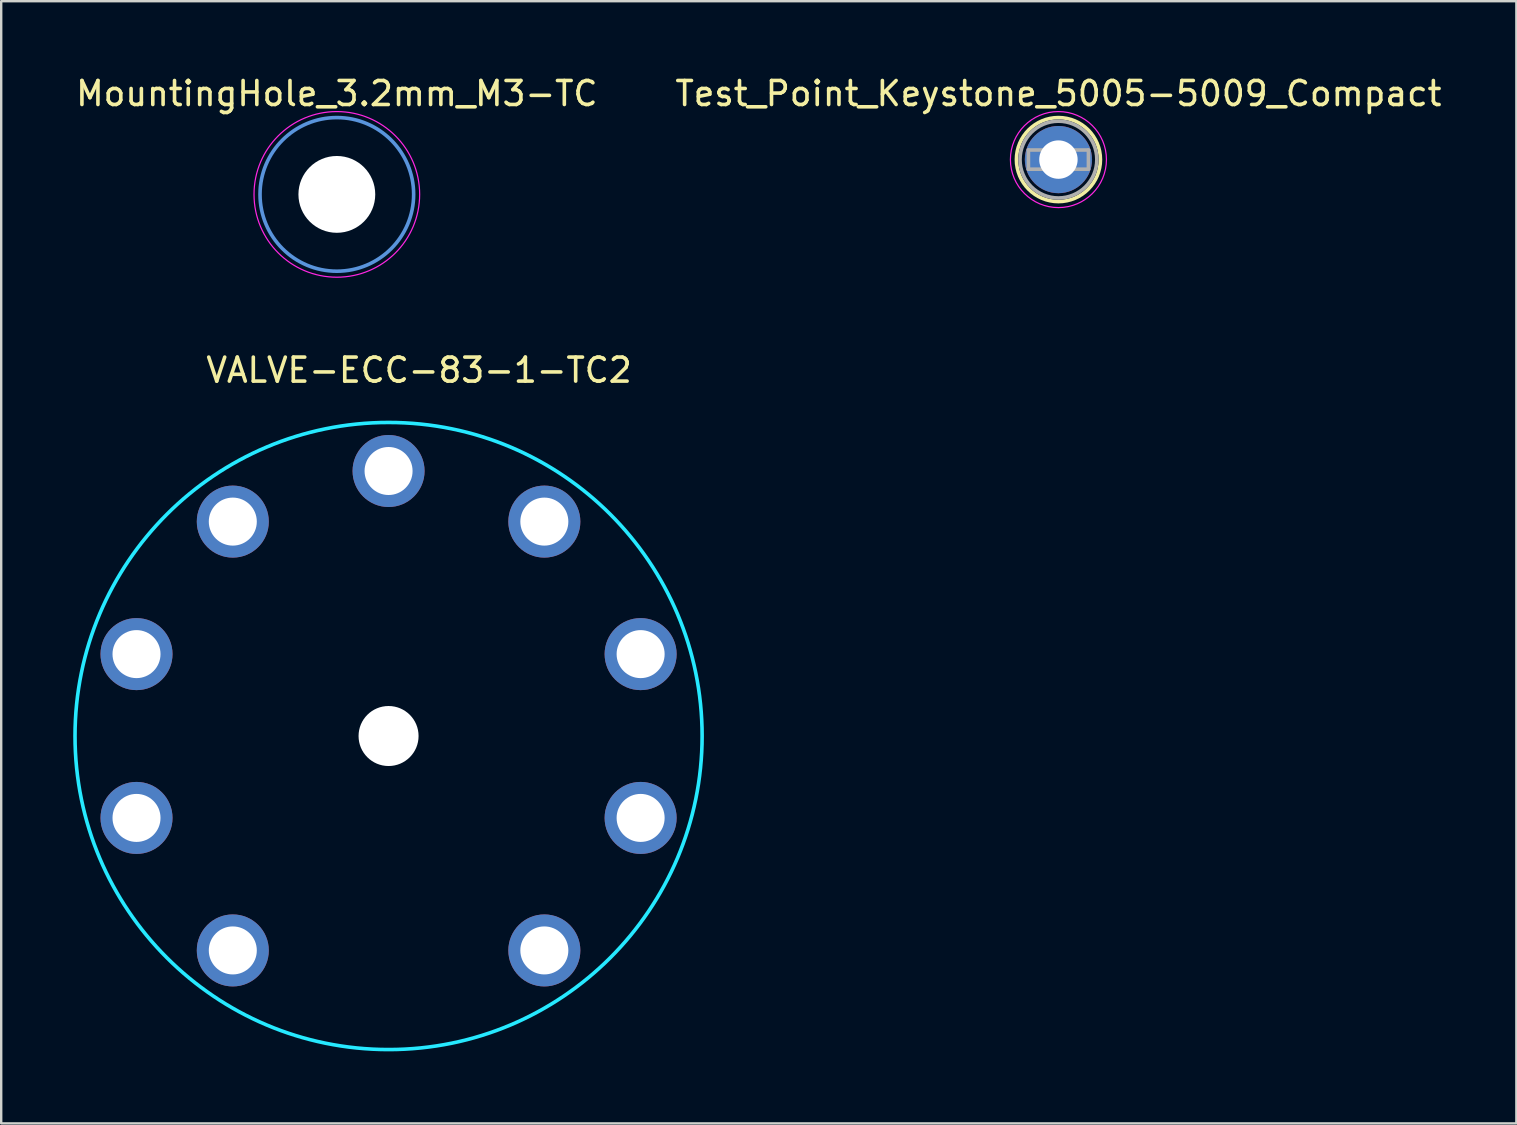
<source format=kicad_pcb>
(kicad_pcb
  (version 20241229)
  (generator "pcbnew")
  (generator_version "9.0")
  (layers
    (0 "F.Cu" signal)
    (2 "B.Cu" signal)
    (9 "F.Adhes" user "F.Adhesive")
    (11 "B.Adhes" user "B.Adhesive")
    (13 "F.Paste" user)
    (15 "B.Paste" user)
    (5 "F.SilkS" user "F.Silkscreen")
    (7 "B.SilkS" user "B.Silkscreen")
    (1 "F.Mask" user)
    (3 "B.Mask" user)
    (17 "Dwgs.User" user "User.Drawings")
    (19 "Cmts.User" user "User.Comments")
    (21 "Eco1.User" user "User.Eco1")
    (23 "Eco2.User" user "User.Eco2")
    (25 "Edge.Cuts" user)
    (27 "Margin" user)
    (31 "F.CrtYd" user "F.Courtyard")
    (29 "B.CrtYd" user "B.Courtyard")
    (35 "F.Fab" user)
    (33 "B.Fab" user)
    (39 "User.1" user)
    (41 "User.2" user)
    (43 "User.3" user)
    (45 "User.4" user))
  (footprint "VALVE-ECC-83-1-TC2"
    (layer "F.Cu")
    (at 13.137 27.611)
    (property "Reference" "VALVE-ECC-83-1-TC2" (at 1.27 -15.24 0) (layer "F.SilkS") (effects (font (size 1 1) (thickness 0.15))))
    (attr through_hole)
    (fp_circle (center 0 0) (end 13 1.27) (stroke (width 0.15) (type solid)) (fill no) (layer "B.CrtYd"))
    (pad "" np_thru_hole circle (at 0 0 90) (size 2.5 2.5) (drill 2.5) (layers "*.Cu" "*.Mask"))
    (pad "1" thru_hole circle (at 6.489 8.932) (size 3 3) (drill 2) (layers "*.Cu" "*.Mask"))
    (pad "2" thru_hole circle (at 10.5 3.412) (size 3 3) (drill 2) (layers "*.Cu" "*.Mask"))
    (pad "3" thru_hole circle (at 10.5 -3.412) (size 3 3) (drill 2) (layers "*.Cu" "*.Mask"))
    (pad "4" thru_hole circle (at 6.489 -8.932) (size 3 3) (drill 2) (layers "*.Cu" "*.Mask"))
    (pad "5" thru_hole circle (at 0 -11.04) (size 3 3) (drill 2) (layers "*.Cu" "*.Mask"))
    (pad "6" thru_hole circle (at -6.489 -8.932) (size 3 3) (drill 2) (layers "*.Cu" "*.Mask"))
    (pad "7" thru_hole circle (at -10.5 -3.412) (size 3 3) (drill 2) (layers "*.Cu" "*.Mask"))
    (pad "8" thru_hole circle (at -10.5 3.412) (size 3 3) (drill 2) (layers "*.Cu" "*.Mask"))
    (pad "9" thru_hole circle (at -6.489 8.932) (size 3 3) (drill 2) (layers "*.Cu" "*.Mask")))
  (footprint "MountingHole_3.2mm_M3-TC"
    (layer "F.Cu")
    (at 10.982 5.048)
    (property "Reference" "MountingHole_3.2mm_M3-TC" (at 0 -4.2 0) (layer "F.SilkS") (effects (font (size 1 1) (thickness 0.15))))
    (attr through_hole)
    (fp_circle (center 0 0) (end 3.2 0) (stroke (width 0.15) (type solid)) (fill no) (layer "Cmts.User"))
    (fp_circle (center 0 0) (end 3.45 0) (stroke (width 0.05) (type solid)) (fill no) (layer "F.CrtYd"))
    (pad "" np_thru_hole circle (at 0 0) (size 3.2 3.2) (drill 3.2) (layers "*.Cu" "*.Mask")))
  (footprint "Test_Point_Keystone_5005-5009_Compact"
    (layer "F.Cu")
    (at 41.042 3.598)
    (property "Reference" "Test_Point_Keystone_5005-5009_Compact" (at 0 -2.75 0) (layer "F.SilkS") (effects (font (size 1 1) (thickness 0.15))))
    (attr exclude_from_pos_files exclude_from_bom)
    (fp_circle (center 0 0) (end 1.75 0) (stroke (width 0.15) (type solid)) (fill no) (layer "F.SilkS"))
    (fp_circle (center 0 0) (end 2 0) (stroke (width 0.05) (type solid)) (fill no) (layer "F.CrtYd"))
    (fp_line (start -1.25 -0.4) (end 1.25 -0.4) (stroke (width 0.15) (type solid)) (layer "F.Fab"))
    (fp_line (start -1.25 0.4) (end -1.25 -0.4) (stroke (width 0.15) (type solid)) (layer "F.Fab"))
    (fp_line (start 1.25 -0.4) (end 1.25 0.4) (stroke (width 0.15) (type solid)) (layer "F.Fab"))
    (fp_line (start 1.25 0.4) (end -1.25 0.4) (stroke (width 0.15) (type solid)) (layer "F.Fab"))
    (fp_circle (center 0 0) (end 1.6 0) (stroke (width 0.15) (type solid)) (fill no) (layer "F.Fab"))
    (pad "1" thru_hole circle (at 0 0) (size 2.8 2.8) (drill 1.6) (layers "*.Cu" "*.Mask")))
  (gr_rect
    (start -3 -3)
    (end 60.119 43.748)
    (stroke (width 0.1) (type default))
    (fill no)
    (layer "Edge.Cuts")))
</source>
